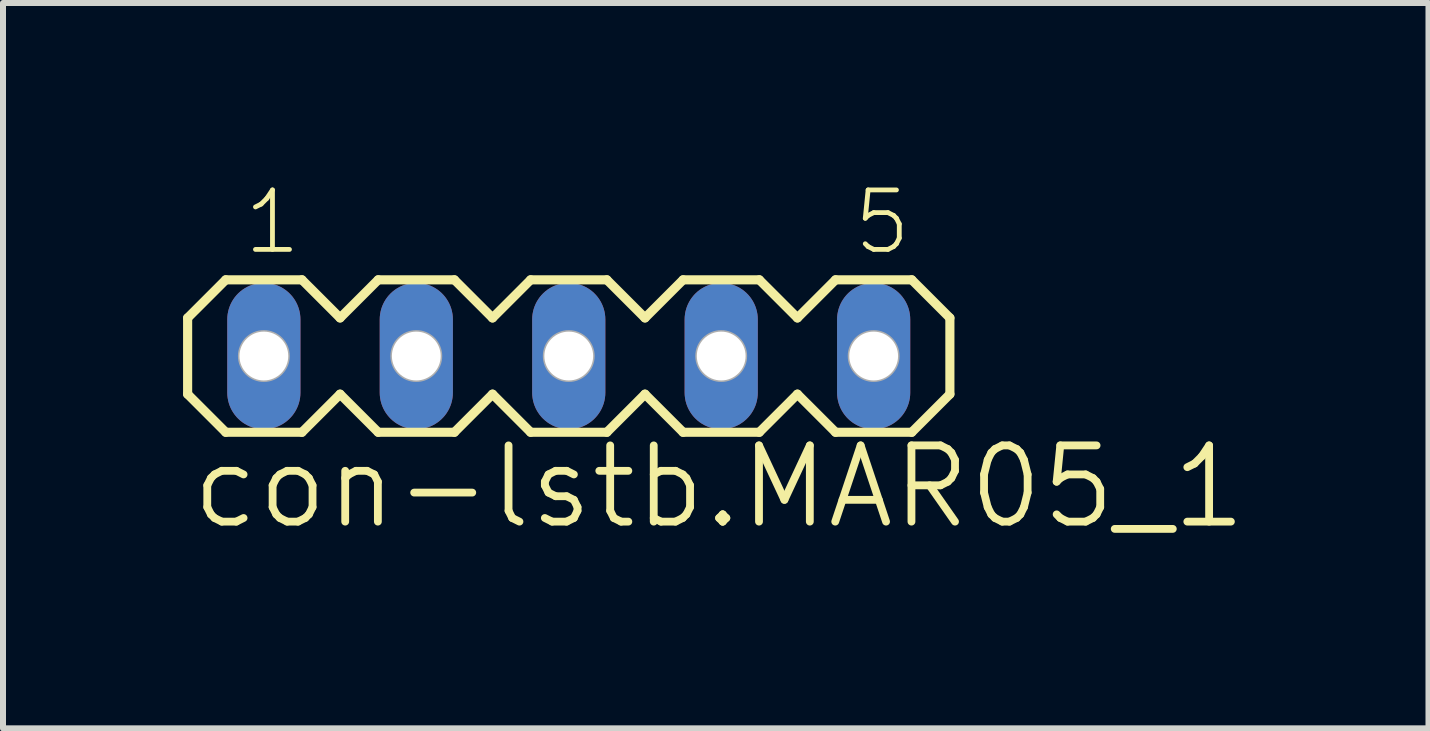
<source format=kicad_pcb>
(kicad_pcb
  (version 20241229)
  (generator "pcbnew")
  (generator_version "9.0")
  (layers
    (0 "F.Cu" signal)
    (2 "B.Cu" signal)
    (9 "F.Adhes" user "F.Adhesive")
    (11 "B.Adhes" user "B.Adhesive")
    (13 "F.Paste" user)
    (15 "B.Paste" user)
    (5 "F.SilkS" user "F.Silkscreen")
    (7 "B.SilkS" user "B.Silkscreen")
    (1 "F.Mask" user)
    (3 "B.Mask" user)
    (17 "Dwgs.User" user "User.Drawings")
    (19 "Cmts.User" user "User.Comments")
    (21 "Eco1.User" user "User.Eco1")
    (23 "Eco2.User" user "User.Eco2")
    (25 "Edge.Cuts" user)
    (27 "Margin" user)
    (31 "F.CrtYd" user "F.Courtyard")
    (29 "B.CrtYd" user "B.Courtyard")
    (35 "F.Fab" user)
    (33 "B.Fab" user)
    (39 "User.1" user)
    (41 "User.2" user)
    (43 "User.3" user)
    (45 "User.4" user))
  (footprint "con-lstb.MAR05_1"
    (layer "F.Cu")
    (at 6.426 2.882)
    (property "Reference" "con-lstb.MAR05_1" (at -6.35 2.921 0) (layer "F.SilkS") (effects (font (size 1.27 1.27) (thickness 0.13)) (justify left bottom)))
    (attr through_hole)
    (fp_line (start -6.35 -0.635) (end -6.35 0.635) (stroke (width 0.152) (type default)) (layer "F.SilkS"))
    (fp_line (start -6.35 0.635) (end -5.715 1.27) (stroke (width 0.152) (type default)) (layer "F.SilkS"))
    (fp_line (start -5.715 -1.27) (end -6.35 -0.635) (stroke (width 0.152) (type default)) (layer "F.SilkS"))
    (fp_line (start -5.715 -1.27) (end -4.445 -1.27) (stroke (width 0.152) (type default)) (layer "F.SilkS"))
    (fp_line (start -4.445 -1.27) (end -3.81 -0.635) (stroke (width 0.152) (type default)) (layer "F.SilkS"))
    (fp_line (start -4.445 1.27) (end -5.715 1.27) (stroke (width 0.152) (type default)) (layer "F.SilkS"))
    (fp_line (start -3.81 -0.635) (end -3.175 -1.27) (stroke (width 0.152) (type default)) (layer "F.SilkS"))
    (fp_line (start -3.81 0.635) (end -4.445 1.27) (stroke (width 0.152) (type default)) (layer "F.SilkS"))
    (fp_line (start -3.175 -1.27) (end -1.905 -1.27) (stroke (width 0.152) (type default)) (layer "F.SilkS"))
    (fp_line (start -3.175 1.27) (end -3.81 0.635) (stroke (width 0.152) (type default)) (layer "F.SilkS"))
    (fp_line (start -1.905 -1.27) (end -1.27 -0.635) (stroke (width 0.152) (type default)) (layer "F.SilkS"))
    (fp_line (start -1.905 1.27) (end -3.175 1.27) (stroke (width 0.152) (type default)) (layer "F.SilkS"))
    (fp_line (start -1.27 -0.635) (end -0.635 -1.27) (stroke (width 0.152) (type default)) (layer "F.SilkS"))
    (fp_line (start -1.27 0.635) (end -1.905 1.27) (stroke (width 0.152) (type default)) (layer "F.SilkS"))
    (fp_line (start -0.635 -1.27) (end 0.635 -1.27) (stroke (width 0.152) (type default)) (layer "F.SilkS"))
    (fp_line (start -0.635 1.27) (end -1.27 0.635) (stroke (width 0.152) (type default)) (layer "F.SilkS"))
    (fp_line (start 0.635 -1.27) (end 1.27 -0.635) (stroke (width 0.152) (type default)) (layer "F.SilkS"))
    (fp_line (start 0.635 1.27) (end -0.635 1.27) (stroke (width 0.152) (type default)) (layer "F.SilkS"))
    (fp_line (start 1.27 0.635) (end 0.635 1.27) (stroke (width 0.152) (type default)) (layer "F.SilkS"))
    (fp_line (start 1.27 0.635) (end 1.905 1.27) (stroke (width 0.152) (type default)) (layer "F.SilkS"))
    (fp_line (start 1.905 -1.27) (end 1.27 -0.635) (stroke (width 0.152) (type default)) (layer "F.SilkS"))
    (fp_line (start 1.905 -1.27) (end 3.175 -1.27) (stroke (width 0.152) (type default)) (layer "F.SilkS"))
    (fp_line (start 3.175 -1.27) (end 3.81 -0.635) (stroke (width 0.152) (type default)) (layer "F.SilkS"))
    (fp_line (start 3.175 1.27) (end 1.905 1.27) (stroke (width 0.152) (type default)) (layer "F.SilkS"))
    (fp_line (start 3.81 -0.635) (end 4.445 -1.27) (stroke (width 0.152) (type default)) (layer "F.SilkS"))
    (fp_line (start 3.81 0.635) (end 3.175 1.27) (stroke (width 0.152) (type default)) (layer "F.SilkS"))
    (fp_line (start 4.445 -1.27) (end 5.715 -1.27) (stroke (width 0.152) (type default)) (layer "F.SilkS"))
    (fp_line (start 4.445 1.27) (end 3.81 0.635) (stroke (width 0.152) (type default)) (layer "F.SilkS"))
    (fp_line (start 5.715 -1.27) (end 6.35 -0.635) (stroke (width 0.152) (type default)) (layer "F.SilkS"))
    (fp_line (start 5.715 1.27) (end 4.445 1.27) (stroke (width 0.152) (type default)) (layer "F.SilkS"))
    (fp_line (start 6.35 -0.635) (end 6.35 0.635) (stroke (width 0.152) (type default)) (layer "F.SilkS"))
    (fp_line (start 6.35 0.635) (end 5.715 1.27) (stroke (width 0.152) (type default)) (layer "F.SilkS"))
    (fp_circle (center -5.08 0) (end -4.953 0) (stroke (width 0.305) (type default)) (fill no) (layer "F.Fab"))
    (fp_circle (center -5.08 0) (end -4.826 0) (stroke (width 0.305) (type default)) (fill no) (layer "F.Fab"))
    (fp_circle (center -2.54 0) (end -2.413 0) (stroke (width 0.305) (type default)) (fill no) (layer "F.Fab"))
    (fp_circle (center -2.54 0) (end -2.286 0) (stroke (width 0.305) (type default)) (fill no) (layer "F.Fab"))
    (fp_circle (center 0 0) (end 0.127 0) (stroke (width 0.305) (type default)) (fill no) (layer "F.Fab"))
    (fp_circle (center 0 0) (end 0.254 0) (stroke (width 0.305) (type default)) (fill no) (layer "F.Fab"))
    (fp_circle (center 2.54 0) (end 2.667 0) (stroke (width 0.305) (type default)) (fill no) (layer "F.Fab"))
    (fp_circle (center 2.54 0) (end 2.794 0) (stroke (width 0.305) (type default)) (fill no) (layer "F.Fab"))
    (fp_circle (center 5.08 0) (end 5.207 0) (stroke (width 0.305) (type default)) (fill no) (layer "F.Fab"))
    (fp_circle (center 5.08 0) (end 5.334 0) (stroke (width 0.305) (type default)) (fill no) (layer "F.Fab"))
    (fp_text user "1" (at -5.461 -1.651 0) (layer "F.SilkS") (effects (font (size 0.991 0.991) (thickness 0.08)) (justify left bottom)))
    (fp_text user "5" (at 4.699 -1.651 0) (layer "F.SilkS") (effects (font (size 0.991 0.991) (thickness 0.08)) (justify left bottom)))
    (pad "1" thru_hole oval (at -5.08 0 90) (size 2.438 1.219) (drill 0.813) (layers "*.Cu" "*.Mask"))
    (pad "2" thru_hole oval (at -2.54 0 90) (size 2.438 1.219) (drill 0.813) (layers "*.Cu" "*.Mask"))
    (pad "3" thru_hole oval (at 0 0 90) (size 2.438 1.219) (drill 0.813) (layers "*.Cu" "*.Mask"))
    (pad "4" thru_hole oval (at 2.54 0 90) (size 2.438 1.219) (drill 0.813) (layers "*.Cu" "*.Mask"))
    (pad "5" thru_hole oval (at 5.08 0 90) (size 2.438 1.219) (drill 0.813) (layers "*.Cu" "*.Mask")))
  (gr_rect
    (start -3 -3)
    (end 20.75 9.085)
    (stroke (width 0.1) (type default))
    (fill no)
    (layer "Edge.Cuts")))
</source>
